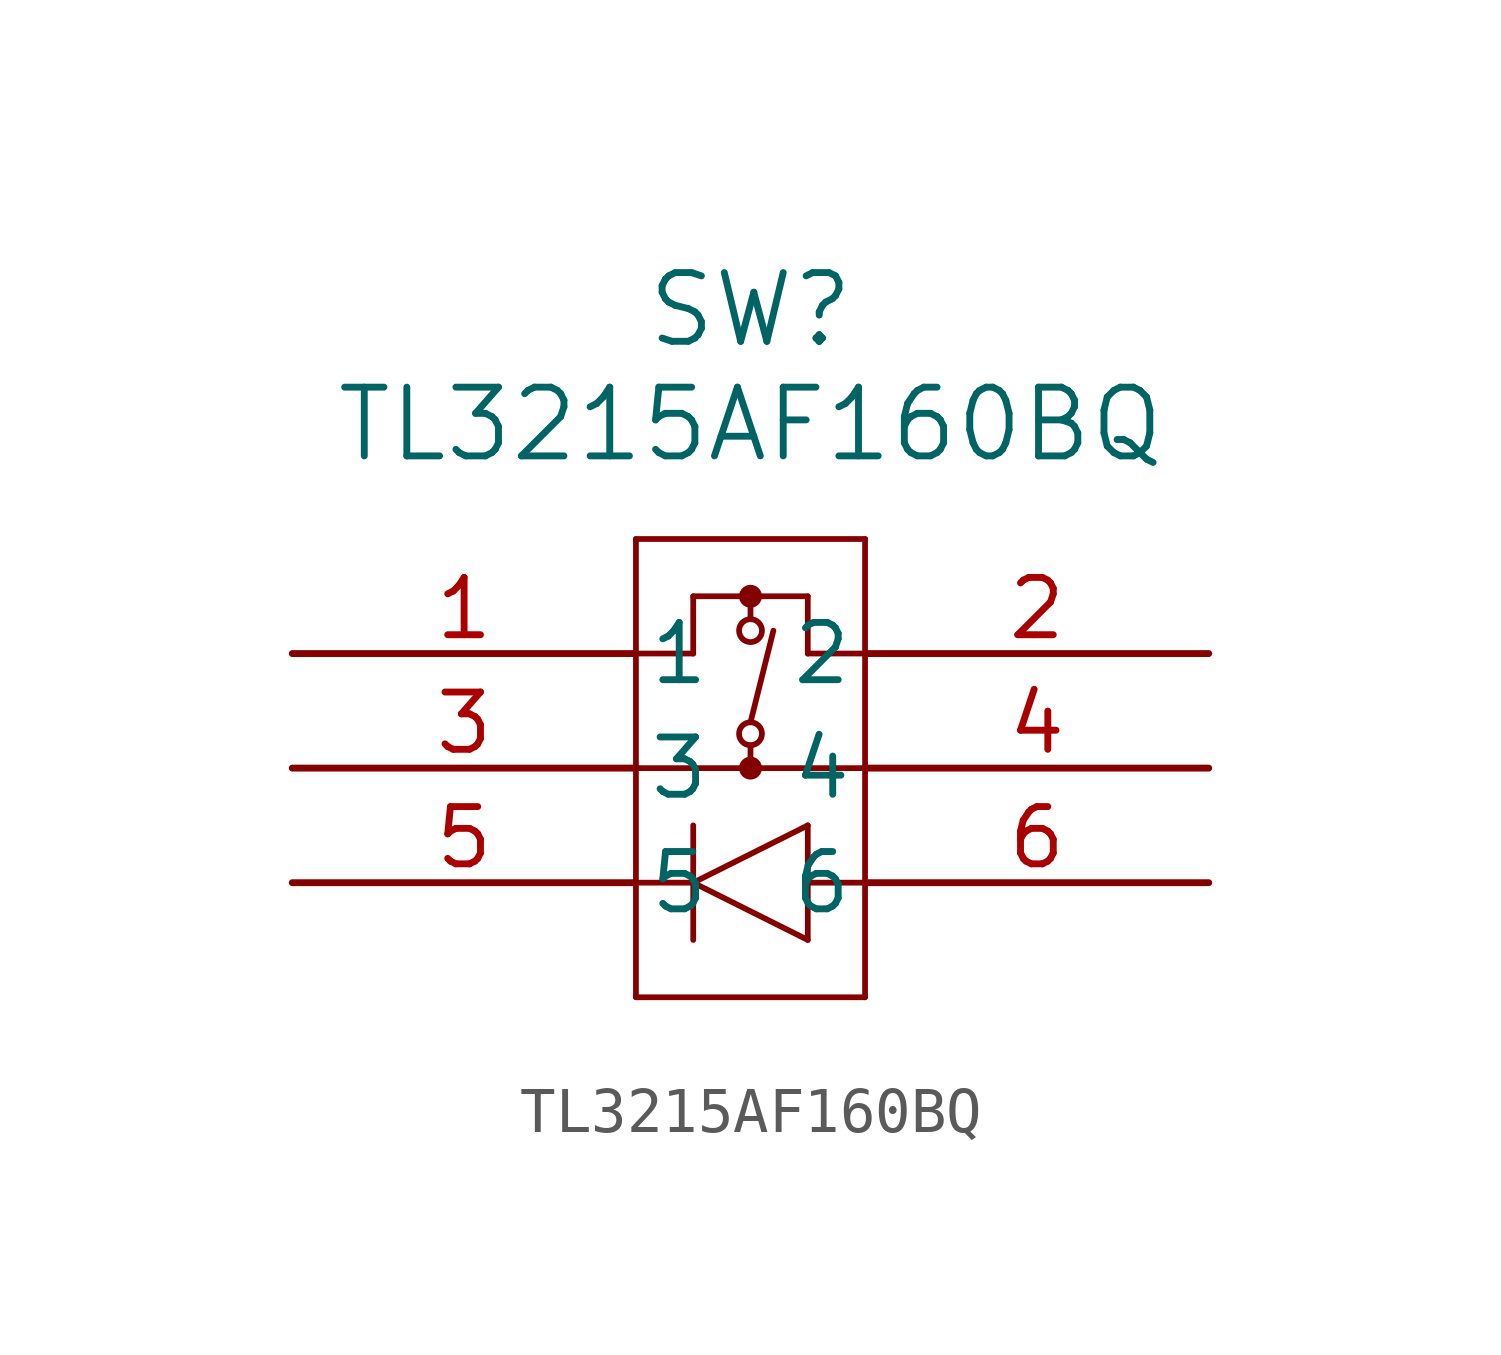
<source format=kicad_sym>
(kicad_symbol_lib
  (version 20211014)
  (generator kicad_symbol_editor)
  (symbol "TL3215AF160BQ"
    (pin_names
      (offset 0.254))
    (property "Reference" "SW"
      (at 10.16 7.62 0)
      (effects (font (size 1.524 1.524))))
    (property "Value" "TL3215AF160BQ"
      (at 10.16 5.08 0)
      (effects (font (size 1.524 1.524))))
    (symbol "TL3215AF160BQ_0_1"
      (polyline (pts (xy 7.62 2.54) (xy 7.62 -7.62)) (stroke (width 0.127) (type default) (color 0 0 0 0)) (fill (type none)))
      (polyline (pts (xy 7.62 -7.62) (xy 12.7 -7.62)) (stroke (width 0.127) (type default) (color 0 0 0 0)) (fill (type none)))
      (polyline (pts (xy 12.7 -7.62) (xy 12.7 2.54)) (stroke (width 0.127) (type default) (color 0 0 0 0)) (fill (type none)))
      (polyline (pts (xy 12.7 2.54) (xy 7.62 2.54)) (stroke (width 0.127) (type default) (color 0 0 0 0)) (fill (type none)))
      (polyline (pts (xy 7.62 0) (xy 8.89 0)) (stroke (width 0.127) (type default) (color 0 0 0 0)) (fill (type none)))
      (polyline (pts (xy 12.7 -2.54) (xy 7.62 -2.54)) (stroke (width 0.127) (type default) (color 0 0 0 0)) (fill (type none)))
      (polyline (pts (xy 10.16 -2.032) (xy 10.16 -2.54)) (stroke (width 0.127) (type default) (color 0 0 0 0)) (fill (type none)))
      (circle (center 10.16 1.27) (radius 0.127) (stroke (width 0.254) (type default) (color 0 0 0 0)) (fill (type none)))
      (circle (center 10.16 -2.54) (radius 0.127) (stroke (width 0.254) (type default) (color 0 0 0 0)) (fill (type none)))
      (circle (center 10.16 -1.778) (radius 0.254) (stroke (width 0.127) (type default) (color 0 0 0 0)) (fill (type none)))
      (polyline (pts (xy 10.16 1.27) (xy 10.16 0.762)) (stroke (width 0.127) (type default) (color 0 0 0 0)) (fill (type none)))
      (circle (center 10.16 0.508) (radius 0.254) (stroke (width 0.127) (type default) (color 0 0 0 0)) (fill (type none)))
      (polyline (pts (xy 8.89 1.27) (xy 8.89 0)) (stroke (width 0.127) (type default) (color 0 0 0 0)) (fill (type none)))
      (polyline (pts (xy 8.89 1.27) (xy 11.43 1.27)) (stroke (width 0.127) (type default) (color 0 0 0 0)) (fill (type none)))
      (polyline (pts (xy 8.89 -3.81) (xy 8.89 -6.35)) (stroke (width 0.127) (type default) (color 0 0 0 0)) (fill (type none)))
      (polyline (pts (xy 8.89 -5.08) (xy 11.43 -6.35)) (stroke (width 0.127) (type default) (color 0 0 0 0)) (fill (type none)))
      (polyline (pts (xy 11.43 -6.35) (xy 11.43 -3.81)) (stroke (width 0.127) (type default) (color 0 0 0 0)) (fill (type none)))
      (polyline (pts (xy 11.43 -3.81) (xy 8.89 -5.08)) (stroke (width 0.127) (type default) (color 0 0 0 0)) (fill (type none)))
      (polyline (pts (xy 7.62 -5.08) (xy 8.89 -5.08)) (stroke (width 0.127) (type default) (color 0 0 0 0)) (fill (type none)))
      (polyline (pts (xy 11.43 -5.08) (xy 12.7 -5.08)) (stroke (width 0.127) (type default) (color 0 0 0 0)) (fill (type none)))
      (polyline (pts (xy 11.43 1.27) (xy 11.43 0)) (stroke (width 0.127) (type default) (color 0 0 0 0)) (fill (type none)))
      (polyline (pts (xy 11.43 0) (xy 12.7 0)) (stroke (width 0.127) (type default) (color 0 0 0 0)) (fill (type none)))
      (polyline (pts (xy 10.16 -1.524) (xy 10.668 0.508)) (stroke (width 0.127) (type default) (color 0 0 0 0)) (fill (type none)))
      (pin unspecified line (at 0 0 0) (length 7.62) (name "1" (effects (font (size 1.27 1.27)))) (number "1" (effects (font (size 1.27 1.27)))))
      (pin unspecified line (at 20.32 0 180) (length 7.62) (name "2" (effects (font (size 1.27 1.27)))) (number "2" (effects (font (size 1.27 1.27)))))
      (pin unspecified line (at 0 -2.54 0) (length 7.62) (name "3" (effects (font (size 1.27 1.27)))) (number "3" (effects (font (size 1.27 1.27)))))
      (pin unspecified line (at 20.32 -2.54 180) (length 7.62) (name "4" (effects (font (size 1.27 1.27)))) (number "4" (effects (font (size 1.27 1.27)))))
      (pin unspecified line (at 0 -5.08 0) (length 7.62) (name "5" (effects (font (size 1.27 1.27)))) (number "5" (effects (font (size 1.27 1.27)))))
      (pin unspecified line (at 20.32 -5.08 180) (length 7.62) (name "6" (effects (font (size 1.27 1.27)))) (number "6" (effects (font (size 1.27 1.27))))))))
</source>
